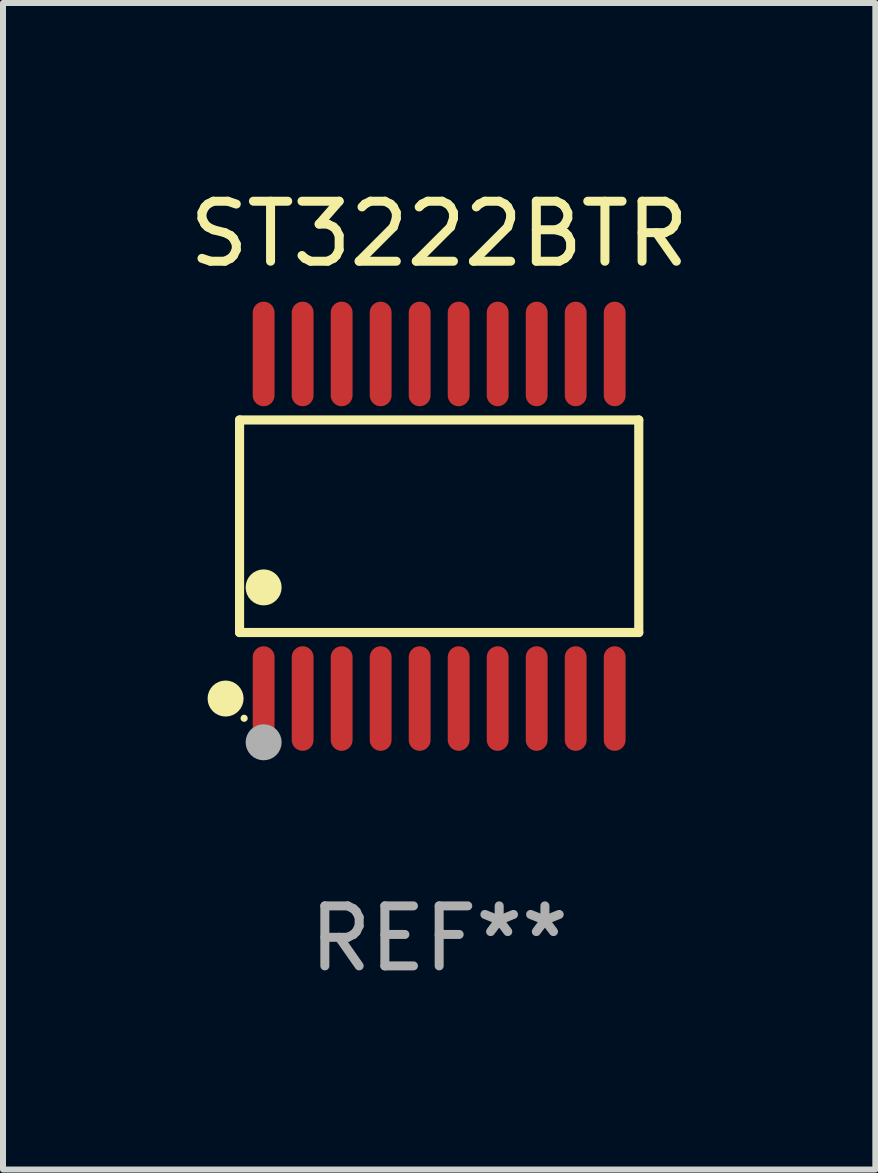
<source format=kicad_pcb>
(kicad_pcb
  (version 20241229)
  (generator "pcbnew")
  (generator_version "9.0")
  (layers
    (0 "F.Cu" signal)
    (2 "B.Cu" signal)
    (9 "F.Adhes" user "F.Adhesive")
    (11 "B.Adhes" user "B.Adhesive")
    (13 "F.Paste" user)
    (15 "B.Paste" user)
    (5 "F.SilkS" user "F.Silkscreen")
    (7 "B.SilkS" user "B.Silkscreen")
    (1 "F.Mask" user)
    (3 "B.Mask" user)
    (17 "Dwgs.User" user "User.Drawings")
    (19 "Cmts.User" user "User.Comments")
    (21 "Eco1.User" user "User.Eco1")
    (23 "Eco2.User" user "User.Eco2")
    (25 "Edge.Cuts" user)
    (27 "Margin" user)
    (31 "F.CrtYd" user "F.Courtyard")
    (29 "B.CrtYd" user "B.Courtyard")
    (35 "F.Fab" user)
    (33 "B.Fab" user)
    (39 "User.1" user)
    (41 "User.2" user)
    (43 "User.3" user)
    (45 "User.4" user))
  (footprint "ST3222BTR"
    (layer "F.Cu")
    (at 4.268 5.719)
    (property "Reference" "ST3222BTR" (at 0 -4.871 0) (layer "F.SilkS") (effects (font (size 1 1) (thickness 0.15))))
    (attr through_hole)
    (fp_line (start -3.326 -1.771) (end 3.326 -1.771) (stroke (width 0.152) (type solid)) (layer "F.SilkS"))
    (fp_line (start -3.326 1.771) (end -3.326 -1.771) (stroke (width 0.152) (type solid)) (layer "F.SilkS"))
    (fp_line (start 3.326 -1.771) (end 3.326 1.771) (stroke (width 0.152) (type solid)) (layer "F.SilkS"))
    (fp_line (start 3.326 1.771) (end -3.326 1.771) (stroke (width 0.152) (type solid)) (layer "F.SilkS"))
    (fp_circle (center -3.559 2.871) (end -3.409 2.871) (stroke (width 0.3) (type solid)) (fill no) (layer "F.SilkS"))
    (fp_circle (center -3.25 3.2) (end -3.22 3.2) (stroke (width 0.06) (type solid)) (fill no) (layer "F.SilkS"))
    (fp_circle (center -2.925 1.019) (end -2.775 1.019) (stroke (width 0.3) (type solid)) (fill no) (layer "F.SilkS"))
    (fp_circle (center -2.925 3.6) (end -2.775 3.6) (stroke (width 0.3) (type solid)) (fill no) (layer "F.Fab"))
    (fp_text user "REF**" (at 0 6.871 0) (layer "F.Fab") (effects (font (size 1 1) (thickness 0.15))))
    (pad "1" smd oval (at -2.925 2.871) (size 0.364 1.742) (layers "F.Cu" "F.Mask" "F.Paste"))
    (pad "2" smd oval (at -2.275 2.871) (size 0.364 1.742) (layers "F.Cu" "F.Mask" "F.Paste"))
    (pad "3" smd oval (at -1.625 2.871) (size 0.364 1.742) (layers "F.Cu" "F.Mask" "F.Paste"))
    (pad "4" smd oval (at -0.975 2.871) (size 0.364 1.742) (layers "F.Cu" "F.Mask" "F.Paste"))
    (pad "5" smd oval (at -0.325 2.871) (size 0.364 1.742) (layers "F.Cu" "F.Mask" "F.Paste"))
    (pad "6" smd oval (at 0.325 2.871) (size 0.364 1.742) (layers "F.Cu" "F.Mask" "F.Paste"))
    (pad "7" smd oval (at 0.975 2.871) (size 0.364 1.742) (layers "F.Cu" "F.Mask" "F.Paste"))
    (pad "8" smd oval (at 1.625 2.871) (size 0.364 1.742) (layers "F.Cu" "F.Mask" "F.Paste"))
    (pad "9" smd oval (at 2.275 2.871) (size 0.364 1.742) (layers "F.Cu" "F.Mask" "F.Paste"))
    (pad "10" smd oval (at 2.925 2.871) (size 0.364 1.742) (layers "F.Cu" "F.Mask" "F.Paste"))
    (pad "11" smd oval (at 2.925 -2.871) (size 0.364 1.742) (layers "F.Cu" "F.Mask" "F.Paste"))
    (pad "12" smd oval (at 2.275 -2.871) (size 0.364 1.742) (layers "F.Cu" "F.Mask" "F.Paste"))
    (pad "13" smd oval (at 1.625 -2.871) (size 0.364 1.742) (layers "F.Cu" "F.Mask" "F.Paste"))
    (pad "14" smd oval (at 0.975 -2.871) (size 0.364 1.742) (layers "F.Cu" "F.Mask" "F.Paste"))
    (pad "15" smd oval (at 0.325 -2.871) (size 0.364 1.742) (layers "F.Cu" "F.Mask" "F.Paste"))
    (pad "16" smd oval (at -0.325 -2.871) (size 0.364 1.742) (layers "F.Cu" "F.Mask" "F.Paste"))
    (pad "17" smd oval (at -0.975 -2.871) (size 0.364 1.742) (layers "F.Cu" "F.Mask" "F.Paste"))
    (pad "18" smd oval (at -1.625 -2.871) (size 0.364 1.742) (layers "F.Cu" "F.Mask" "F.Paste"))
    (pad "19" smd oval (at -2.275 -2.871) (size 0.364 1.742) (layers "F.Cu" "F.Mask" "F.Paste"))
    (pad "20" smd oval (at -2.925 -2.871) (size 0.364 1.742) (layers "F.Cu" "F.Mask" "F.Paste")))
  (gr_rect
    (start -3 -3)
    (end 11.536 16.438)
    (stroke (width 0.1) (type default))
    (fill no)
    (layer "Edge.Cuts")))
</source>
